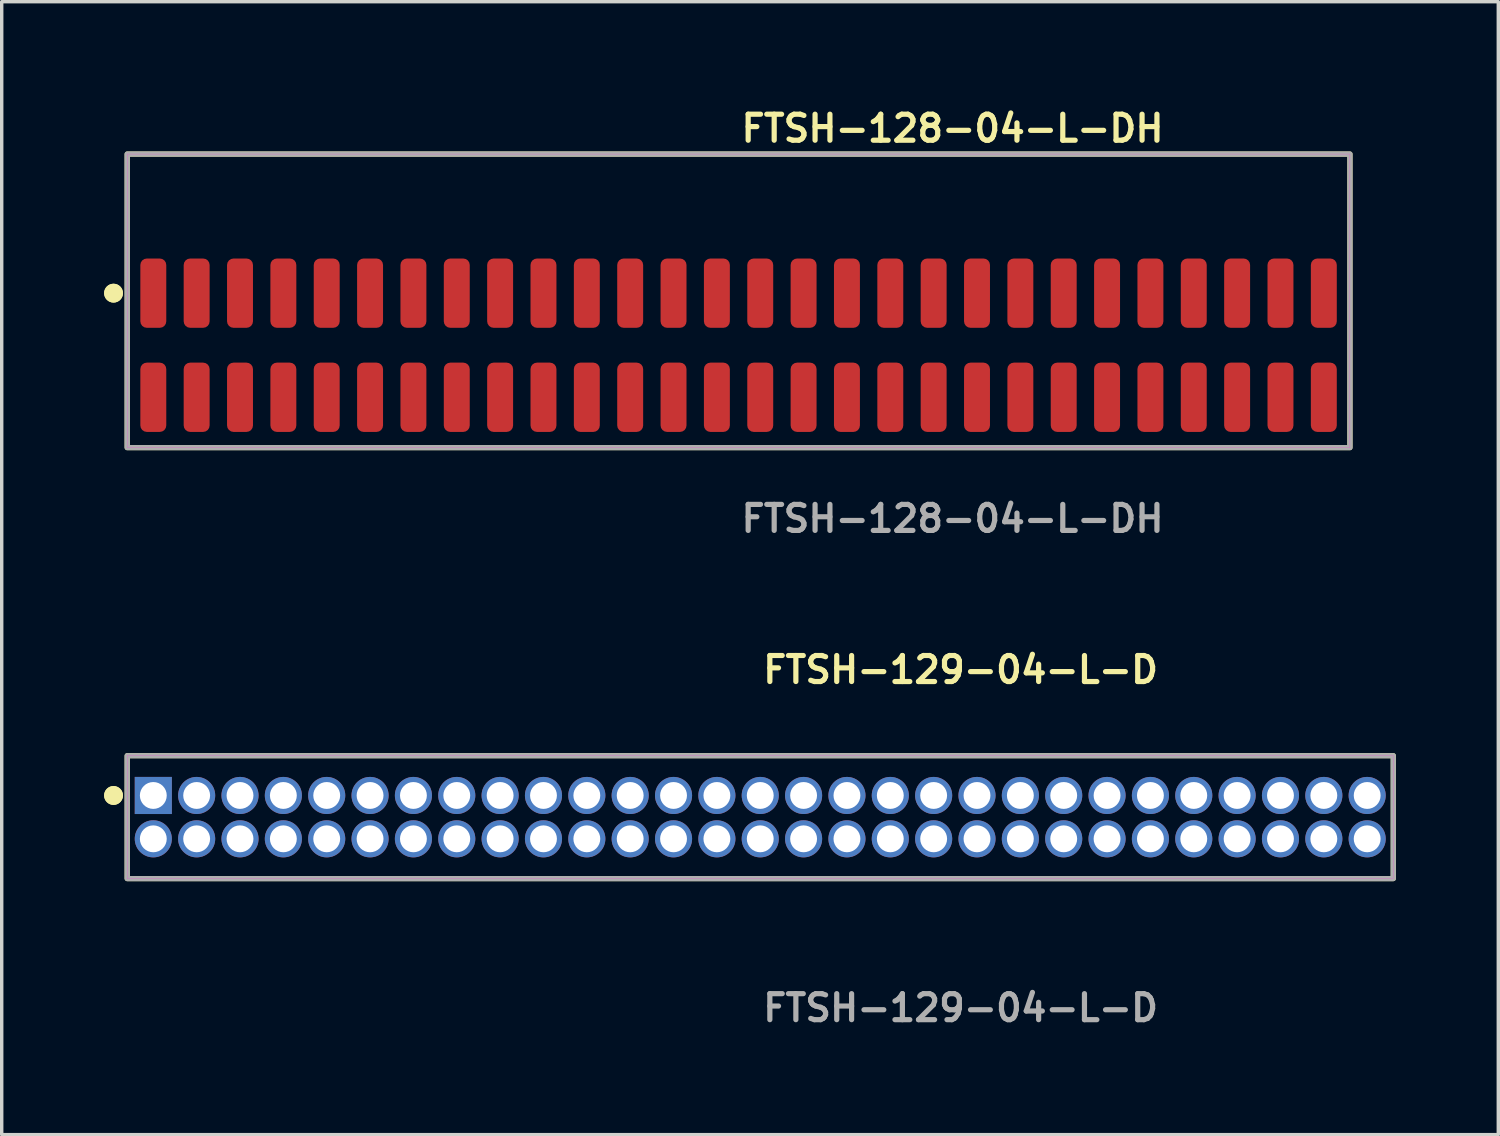
<source format=kicad_pcb>
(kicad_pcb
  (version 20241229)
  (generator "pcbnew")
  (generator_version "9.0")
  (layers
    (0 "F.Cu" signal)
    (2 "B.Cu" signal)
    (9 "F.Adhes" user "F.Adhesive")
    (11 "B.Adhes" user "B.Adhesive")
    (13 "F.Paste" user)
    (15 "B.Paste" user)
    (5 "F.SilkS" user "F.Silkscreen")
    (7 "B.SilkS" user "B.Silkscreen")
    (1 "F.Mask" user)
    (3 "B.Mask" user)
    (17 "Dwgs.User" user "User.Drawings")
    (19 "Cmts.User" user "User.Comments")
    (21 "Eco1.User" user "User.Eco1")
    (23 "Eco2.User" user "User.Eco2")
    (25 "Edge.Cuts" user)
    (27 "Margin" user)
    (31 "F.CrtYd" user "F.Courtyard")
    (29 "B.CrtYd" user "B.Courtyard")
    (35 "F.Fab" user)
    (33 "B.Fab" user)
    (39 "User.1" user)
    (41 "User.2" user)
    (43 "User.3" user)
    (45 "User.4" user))
  (footprint "FTSH-129-04-L-D"
    (layer "F.Cu")
    (at 19.221 20.888)
    (property "Reference" "FTSH-129-04-L-D" (at 0 -4.318 0) (unlocked yes) (layer "F.SilkS") (effects (font (size 0.762 0.762) (thickness 0.152)) (justify left)))
    (fp_rect (start -18.545 1.8) (end 18.545 -1.8) (stroke (width 0.152) (type solid)) (fill no) (layer "F.SilkS"))
    (fp_circle (center -18.945 -0.635) (end -19.145 -0.635) (stroke (width 0.152) (type solid)) (fill yes) (layer "F.SilkS"))
    (fp_circle (center -18.945 -0.635) (end -19.145 -0.635) (stroke (width 0.152) (type solid)) (fill yes) (layer "F.SilkS"))
    (fp_rect (start -18.545 1.8) (end 18.545 -1.8) (stroke (width 0.006) (type solid)) (fill no) (layer "F.CrtYd"))
    (fp_rect (start -18.545 1.8) (end 18.545 -1.8) (stroke (width 0.152) (type solid)) (fill no) (layer "F.Fab"))
    (fp_text user "${REFERENCE}" (at 0 5.588 0) (unlocked yes) (layer "F.Fab") (effects (font (size 0.762 0.762) (thickness 0.152)) (justify left)))
    (pad "1" thru_hole rect (at -17.78 -0.635) (size 1.087 1.087) (drill 0.787) (layers "*.Cu" "*.Mask"))
    (pad "2" thru_hole circle (at -17.78 0.635) (size 1.087 1.087) (drill 0.787) (layers "*.Cu" "*.Mask"))
    (pad "3" thru_hole circle (at -16.51 -0.635) (size 1.087 1.087) (drill 0.787) (layers "*.Cu" "*.Mask"))
    (pad "4" thru_hole circle (at -16.51 0.635) (size 1.087 1.087) (drill 0.787) (layers "*.Cu" "*.Mask"))
    (pad "5" thru_hole circle (at -15.24 -0.635) (size 1.087 1.087) (drill 0.787) (layers "*.Cu" "*.Mask"))
    (pad "6" thru_hole circle (at -15.24 0.635) (size 1.087 1.087) (drill 0.787) (layers "*.Cu" "*.Mask"))
    (pad "7" thru_hole circle (at -13.97 -0.635) (size 1.087 1.087) (drill 0.787) (layers "*.Cu" "*.Mask"))
    (pad "8" thru_hole circle (at -13.97 0.635) (size 1.087 1.087) (drill 0.787) (layers "*.Cu" "*.Mask"))
    (pad "9" thru_hole circle (at -12.7 -0.635) (size 1.087 1.087) (drill 0.787) (layers "*.Cu" "*.Mask"))
    (pad "10" thru_hole circle (at -12.7 0.635) (size 1.087 1.087) (drill 0.787) (layers "*.Cu" "*.Mask"))
    (pad "11" thru_hole circle (at -11.43 -0.635) (size 1.087 1.087) (drill 0.787) (layers "*.Cu" "*.Mask"))
    (pad "12" thru_hole circle (at -11.43 0.635) (size 1.087 1.087) (drill 0.787) (layers "*.Cu" "*.Mask"))
    (pad "13" thru_hole circle (at -10.16 -0.635) (size 1.087 1.087) (drill 0.787) (layers "*.Cu" "*.Mask"))
    (pad "14" thru_hole circle (at -10.16 0.635) (size 1.087 1.087) (drill 0.787) (layers "*.Cu" "*.Mask"))
    (pad "15" thru_hole circle (at -8.89 -0.635) (size 1.087 1.087) (drill 0.787) (layers "*.Cu" "*.Mask"))
    (pad "16" thru_hole circle (at -8.89 0.635) (size 1.087 1.087) (drill 0.787) (layers "*.Cu" "*.Mask"))
    (pad "17" thru_hole circle (at -7.62 -0.635) (size 1.087 1.087) (drill 0.787) (layers "*.Cu" "*.Mask"))
    (pad "18" thru_hole circle (at -7.62 0.635) (size 1.087 1.087) (drill 0.787) (layers "*.Cu" "*.Mask"))
    (pad "19" thru_hole circle (at -6.35 -0.635) (size 1.087 1.087) (drill 0.787) (layers "*.Cu" "*.Mask"))
    (pad "20" thru_hole circle (at -6.35 0.635) (size 1.087 1.087) (drill 0.787) (layers "*.Cu" "*.Mask"))
    (pad "21" thru_hole circle (at -5.08 -0.635) (size 1.087 1.087) (drill 0.787) (layers "*.Cu" "*.Mask"))
    (pad "22" thru_hole circle (at -5.08 0.635) (size 1.087 1.087) (drill 0.787) (layers "*.Cu" "*.Mask"))
    (pad "23" thru_hole circle (at -3.81 -0.635) (size 1.087 1.087) (drill 0.787) (layers "*.Cu" "*.Mask"))
    (pad "24" thru_hole circle (at -3.81 0.635) (size 1.087 1.087) (drill 0.787) (layers "*.Cu" "*.Mask"))
    (pad "25" thru_hole circle (at -2.54 -0.635) (size 1.087 1.087) (drill 0.787) (layers "*.Cu" "*.Mask"))
    (pad "26" thru_hole circle (at -2.54 0.635) (size 1.087 1.087) (drill 0.787) (layers "*.Cu" "*.Mask"))
    (pad "27" thru_hole circle (at -1.27 -0.635) (size 1.087 1.087) (drill 0.787) (layers "*.Cu" "*.Mask"))
    (pad "28" thru_hole circle (at -1.27 0.635) (size 1.087 1.087) (drill 0.787) (layers "*.Cu" "*.Mask"))
    (pad "29" thru_hole circle (at 0 -0.635) (size 1.087 1.087) (drill 0.787) (layers "*.Cu" "*.Mask"))
    (pad "30" thru_hole circle (at 0 0.635) (size 1.087 1.087) (drill 0.787) (layers "*.Cu" "*.Mask"))
    (pad "31" thru_hole circle (at 1.27 -0.635) (size 1.087 1.087) (drill 0.787) (layers "*.Cu" "*.Mask"))
    (pad "32" thru_hole circle (at 1.27 0.635) (size 1.087 1.087) (drill 0.787) (layers "*.Cu" "*.Mask"))
    (pad "33" thru_hole circle (at 2.54 -0.635) (size 1.087 1.087) (drill 0.787) (layers "*.Cu" "*.Mask"))
    (pad "34" thru_hole circle (at 2.54 0.635) (size 1.087 1.087) (drill 0.787) (layers "*.Cu" "*.Mask"))
    (pad "35" thru_hole circle (at 3.81 -0.635) (size 1.087 1.087) (drill 0.787) (layers "*.Cu" "*.Mask"))
    (pad "36" thru_hole circle (at 3.81 0.635) (size 1.087 1.087) (drill 0.787) (layers "*.Cu" "*.Mask"))
    (pad "37" thru_hole circle (at 5.08 -0.635) (size 1.087 1.087) (drill 0.787) (layers "*.Cu" "*.Mask"))
    (pad "38" thru_hole circle (at 5.08 0.635) (size 1.087 1.087) (drill 0.787) (layers "*.Cu" "*.Mask"))
    (pad "39" thru_hole circle (at 6.35 -0.635) (size 1.087 1.087) (drill 0.787) (layers "*.Cu" "*.Mask"))
    (pad "40" thru_hole circle (at 6.35 0.635) (size 1.087 1.087) (drill 0.787) (layers "*.Cu" "*.Mask"))
    (pad "41" thru_hole circle (at 7.62 -0.635) (size 1.087 1.087) (drill 0.787) (layers "*.Cu" "*.Mask"))
    (pad "42" thru_hole circle (at 7.62 0.635) (size 1.087 1.087) (drill 0.787) (layers "*.Cu" "*.Mask"))
    (pad "43" thru_hole circle (at 8.89 -0.635) (size 1.087 1.087) (drill 0.787) (layers "*.Cu" "*.Mask"))
    (pad "44" thru_hole circle (at 8.89 0.635) (size 1.087 1.087) (drill 0.787) (layers "*.Cu" "*.Mask"))
    (pad "45" thru_hole circle (at 10.16 -0.635) (size 1.087 1.087) (drill 0.787) (layers "*.Cu" "*.Mask"))
    (pad "46" thru_hole circle (at 10.16 0.635) (size 1.087 1.087) (drill 0.787) (layers "*.Cu" "*.Mask"))
    (pad "47" thru_hole circle (at 11.43 -0.635) (size 1.087 1.087) (drill 0.787) (layers "*.Cu" "*.Mask"))
    (pad "48" thru_hole circle (at 11.43 0.635) (size 1.087 1.087) (drill 0.787) (layers "*.Cu" "*.Mask"))
    (pad "49" thru_hole circle (at 12.7 -0.635) (size 1.087 1.087) (drill 0.787) (layers "*.Cu" "*.Mask"))
    (pad "50" thru_hole circle (at 12.7 0.635) (size 1.087 1.087) (drill 0.787) (layers "*.Cu" "*.Mask"))
    (pad "51" thru_hole circle (at 13.97 -0.635) (size 1.087 1.087) (drill 0.787) (layers "*.Cu" "*.Mask"))
    (pad "52" thru_hole circle (at 13.97 0.635) (size 1.087 1.087) (drill 0.787) (layers "*.Cu" "*.Mask"))
    (pad "53" thru_hole circle (at 15.24 -0.635) (size 1.087 1.087) (drill 0.787) (layers "*.Cu" "*.Mask"))
    (pad "54" thru_hole circle (at 15.24 0.635) (size 1.087 1.087) (drill 0.787) (layers "*.Cu" "*.Mask"))
    (pad "55" thru_hole circle (at 16.51 -0.635) (size 1.087 1.087) (drill 0.787) (layers "*.Cu" "*.Mask"))
    (pad "56" thru_hole circle (at 16.51 0.635) (size 1.087 1.087) (drill 0.787) (layers "*.Cu" "*.Mask"))
    (pad "57" thru_hole circle (at 17.78 -0.635) (size 1.087 1.087) (drill 0.787) (layers "*.Cu" "*.Mask"))
    (pad "58" thru_hole circle (at 17.78 0.635) (size 1.087 1.087) (drill 0.787) (layers "*.Cu" "*.Mask")))
  (footprint "FTSH-128-04-L-DH"
    (layer "F.Cu")
    (at 18.586 7.063)
    (property "Reference" "FTSH-128-04-L-DH" (at 0 -6.35 0) (unlocked yes) (layer "F.SilkS") (effects (font (size 0.762 0.762) (thickness 0.152)) (justify left)))
    (fp_rect (start -17.91 3) (end 17.91 -5.6) (stroke (width 0.152) (type solid)) (fill no) (layer "F.SilkS"))
    (fp_circle (center -18.31 -1.525) (end -18.51 -1.525) (stroke (width 0.152) (type solid)) (fill yes) (layer "F.SilkS"))
    (fp_circle (center -18.31 -1.525) (end -18.51 -1.525) (stroke (width 0.152) (type solid)) (fill yes) (layer "F.SilkS"))
    (fp_rect (start -17.91 3) (end 17.91 -5.6) (stroke (width 0.006) (type solid)) (fill no) (layer "F.CrtYd"))
    (fp_rect (start -17.91 3) (end 17.91 -5.6) (stroke (width 0.152) (type solid)) (fill no) (layer "F.Fab"))
    (fp_text user "${REFERENCE}" (at 0 5.08 0) (unlocked yes) (layer "F.Fab") (effects (font (size 0.762 0.762) (thickness 0.152)) (justify left)))
    (pad "1" smd roundrect (at -17.145 -1.525) (size 0.76 2.03) (layers "F.Cu" "F.Paste") (roundrect_rratio 0.25))
    (pad "2" smd roundrect (at -17.145 1.525) (size 0.76 2.03) (layers "F.Cu" "F.Paste") (roundrect_rratio 0.25))
    (pad "3" smd roundrect (at -15.875 -1.525) (size 0.76 2.03) (layers "F.Cu" "F.Paste") (roundrect_rratio 0.25))
    (pad "4" smd roundrect (at -15.875 1.525) (size 0.76 2.03) (layers "F.Cu" "F.Paste") (roundrect_rratio 0.25))
    (pad "5" smd roundrect (at -14.605 -1.525) (size 0.76 2.03) (layers "F.Cu" "F.Paste") (roundrect_rratio 0.25))
    (pad "6" smd roundrect (at -14.605 1.525) (size 0.76 2.03) (layers "F.Cu" "F.Paste") (roundrect_rratio 0.25))
    (pad "7" smd roundrect (at -13.335 -1.525) (size 0.76 2.03) (layers "F.Cu" "F.Paste") (roundrect_rratio 0.25))
    (pad "8" smd roundrect (at -13.335 1.525) (size 0.76 2.03) (layers "F.Cu" "F.Paste") (roundrect_rratio 0.25))
    (pad "9" smd roundrect (at -12.065 -1.525) (size 0.76 2.03) (layers "F.Cu" "F.Paste") (roundrect_rratio 0.25))
    (pad "10" smd roundrect (at -12.065 1.525) (size 0.76 2.03) (layers "F.Cu" "F.Paste") (roundrect_rratio 0.25))
    (pad "11" smd roundrect (at -10.795 -1.525) (size 0.76 2.03) (layers "F.Cu" "F.Paste") (roundrect_rratio 0.25))
    (pad "12" smd roundrect (at -10.795 1.525) (size 0.76 2.03) (layers "F.Cu" "F.Paste") (roundrect_rratio 0.25))
    (pad "13" smd roundrect (at -9.525 -1.525) (size 0.76 2.03) (layers "F.Cu" "F.Paste") (roundrect_rratio 0.25))
    (pad "14" smd roundrect (at -9.525 1.525) (size 0.76 2.03) (layers "F.Cu" "F.Paste") (roundrect_rratio 0.25))
    (pad "15" smd roundrect (at -8.255 -1.525) (size 0.76 2.03) (layers "F.Cu" "F.Paste") (roundrect_rratio 0.25))
    (pad "16" smd roundrect (at -8.255 1.525) (size 0.76 2.03) (layers "F.Cu" "F.Paste") (roundrect_rratio 0.25))
    (pad "17" smd roundrect (at -6.985 -1.525) (size 0.76 2.03) (layers "F.Cu" "F.Paste") (roundrect_rratio 0.25))
    (pad "18" smd roundrect (at -6.985 1.525) (size 0.76 2.03) (layers "F.Cu" "F.Paste") (roundrect_rratio 0.25))
    (pad "19" smd roundrect (at -5.715 -1.525) (size 0.76 2.03) (layers "F.Cu" "F.Paste") (roundrect_rratio 0.25))
    (pad "20" smd roundrect (at -5.715 1.525) (size 0.76 2.03) (layers "F.Cu" "F.Paste") (roundrect_rratio 0.25))
    (pad "21" smd roundrect (at -4.445 -1.525) (size 0.76 2.03) (layers "F.Cu" "F.Paste") (roundrect_rratio 0.25))
    (pad "22" smd roundrect (at -4.445 1.525) (size 0.76 2.03) (layers "F.Cu" "F.Paste") (roundrect_rratio 0.25))
    (pad "23" smd roundrect (at -3.175 -1.525) (size 0.76 2.03) (layers "F.Cu" "F.Paste") (roundrect_rratio 0.25))
    (pad "24" smd roundrect (at -3.175 1.525) (size 0.76 2.03) (layers "F.Cu" "F.Paste") (roundrect_rratio 0.25))
    (pad "25" smd roundrect (at -1.905 -1.525) (size 0.76 2.03) (layers "F.Cu" "F.Paste") (roundrect_rratio 0.25))
    (pad "26" smd roundrect (at -1.905 1.525) (size 0.76 2.03) (layers "F.Cu" "F.Paste") (roundrect_rratio 0.25))
    (pad "27" smd roundrect (at -0.635 -1.525) (size 0.76 2.03) (layers "F.Cu" "F.Paste") (roundrect_rratio 0.25))
    (pad "28" smd roundrect (at -0.635 1.525) (size 0.76 2.03) (layers "F.Cu" "F.Paste") (roundrect_rratio 0.25))
    (pad "29" smd roundrect (at 0.635 -1.525) (size 0.76 2.03) (layers "F.Cu" "F.Paste") (roundrect_rratio 0.25))
    (pad "30" smd roundrect (at 0.635 1.525) (size 0.76 2.03) (layers "F.Cu" "F.Paste") (roundrect_rratio 0.25))
    (pad "31" smd roundrect (at 1.905 -1.525) (size 0.76 2.03) (layers "F.Cu" "F.Paste") (roundrect_rratio 0.25))
    (pad "32" smd roundrect (at 1.905 1.525) (size 0.76 2.03) (layers "F.Cu" "F.Paste") (roundrect_rratio 0.25))
    (pad "33" smd roundrect (at 3.175 -1.525) (size 0.76 2.03) (layers "F.Cu" "F.Paste") (roundrect_rratio 0.25))
    (pad "34" smd roundrect (at 3.175 1.525) (size 0.76 2.03) (layers "F.Cu" "F.Paste") (roundrect_rratio 0.25))
    (pad "35" smd roundrect (at 4.445 -1.525) (size 0.76 2.03) (layers "F.Cu" "F.Paste") (roundrect_rratio 0.25))
    (pad "36" smd roundrect (at 4.445 1.525) (size 0.76 2.03) (layers "F.Cu" "F.Paste") (roundrect_rratio 0.25))
    (pad "37" smd roundrect (at 5.715 -1.525) (size 0.76 2.03) (layers "F.Cu" "F.Paste") (roundrect_rratio 0.25))
    (pad "38" smd roundrect (at 5.715 1.525) (size 0.76 2.03) (layers "F.Cu" "F.Paste") (roundrect_rratio 0.25))
    (pad "39" smd roundrect (at 6.985 -1.525) (size 0.76 2.03) (layers "F.Cu" "F.Paste") (roundrect_rratio 0.25))
    (pad "40" smd roundrect (at 6.985 1.525) (size 0.76 2.03) (layers "F.Cu" "F.Paste") (roundrect_rratio 0.25))
    (pad "41" smd roundrect (at 8.255 -1.525) (size 0.76 2.03) (layers "F.Cu" "F.Paste") (roundrect_rratio 0.25))
    (pad "42" smd roundrect (at 8.255 1.525) (size 0.76 2.03) (layers "F.Cu" "F.Paste") (roundrect_rratio 0.25))
    (pad "43" smd roundrect (at 9.525 -1.525) (size 0.76 2.03) (layers "F.Cu" "F.Paste") (roundrect_rratio 0.25))
    (pad "44" smd roundrect (at 9.525 1.525) (size 0.76 2.03) (layers "F.Cu" "F.Paste") (roundrect_rratio 0.25))
    (pad "45" smd roundrect (at 10.795 -1.525) (size 0.76 2.03) (layers "F.Cu" "F.Paste") (roundrect_rratio 0.25))
    (pad "46" smd roundrect (at 10.795 1.525) (size 0.76 2.03) (layers "F.Cu" "F.Paste") (roundrect_rratio 0.25))
    (pad "47" smd roundrect (at 12.065 -1.525) (size 0.76 2.03) (layers "F.Cu" "F.Paste") (roundrect_rratio 0.25))
    (pad "48" smd roundrect (at 12.065 1.525) (size 0.76 2.03) (layers "F.Cu" "F.Paste") (roundrect_rratio 0.25))
    (pad "49" smd roundrect (at 13.335 -1.525) (size 0.76 2.03) (layers "F.Cu" "F.Paste") (roundrect_rratio 0.25))
    (pad "50" smd roundrect (at 13.335 1.525) (size 0.76 2.03) (layers "F.Cu" "F.Paste") (roundrect_rratio 0.25))
    (pad "51" smd roundrect (at 14.605 -1.525) (size 0.76 2.03) (layers "F.Cu" "F.Paste") (roundrect_rratio 0.25))
    (pad "52" smd roundrect (at 14.605 1.525) (size 0.76 2.03) (layers "F.Cu" "F.Paste") (roundrect_rratio 0.25))
    (pad "53" smd roundrect (at 15.875 -1.525) (size 0.76 2.03) (layers "F.Cu" "F.Paste") (roundrect_rratio 0.25))
    (pad "54" smd roundrect (at 15.875 1.525) (size 0.76 2.03) (layers "F.Cu" "F.Paste") (roundrect_rratio 0.25))
    (pad "55" smd roundrect (at 17.145 -1.525) (size 0.76 2.03) (layers "F.Cu" "F.Paste") (roundrect_rratio 0.25))
    (pad "56" smd roundrect (at 17.145 1.525) (size 0.76 2.03) (layers "F.Cu" "F.Paste") (roundrect_rratio 0.25)))
  (gr_rect
    (start -3 -3)
    (end 40.842 30.189)
    (stroke (width 0.1) (type default))
    (fill no)
    (layer "Edge.Cuts")))
</source>
